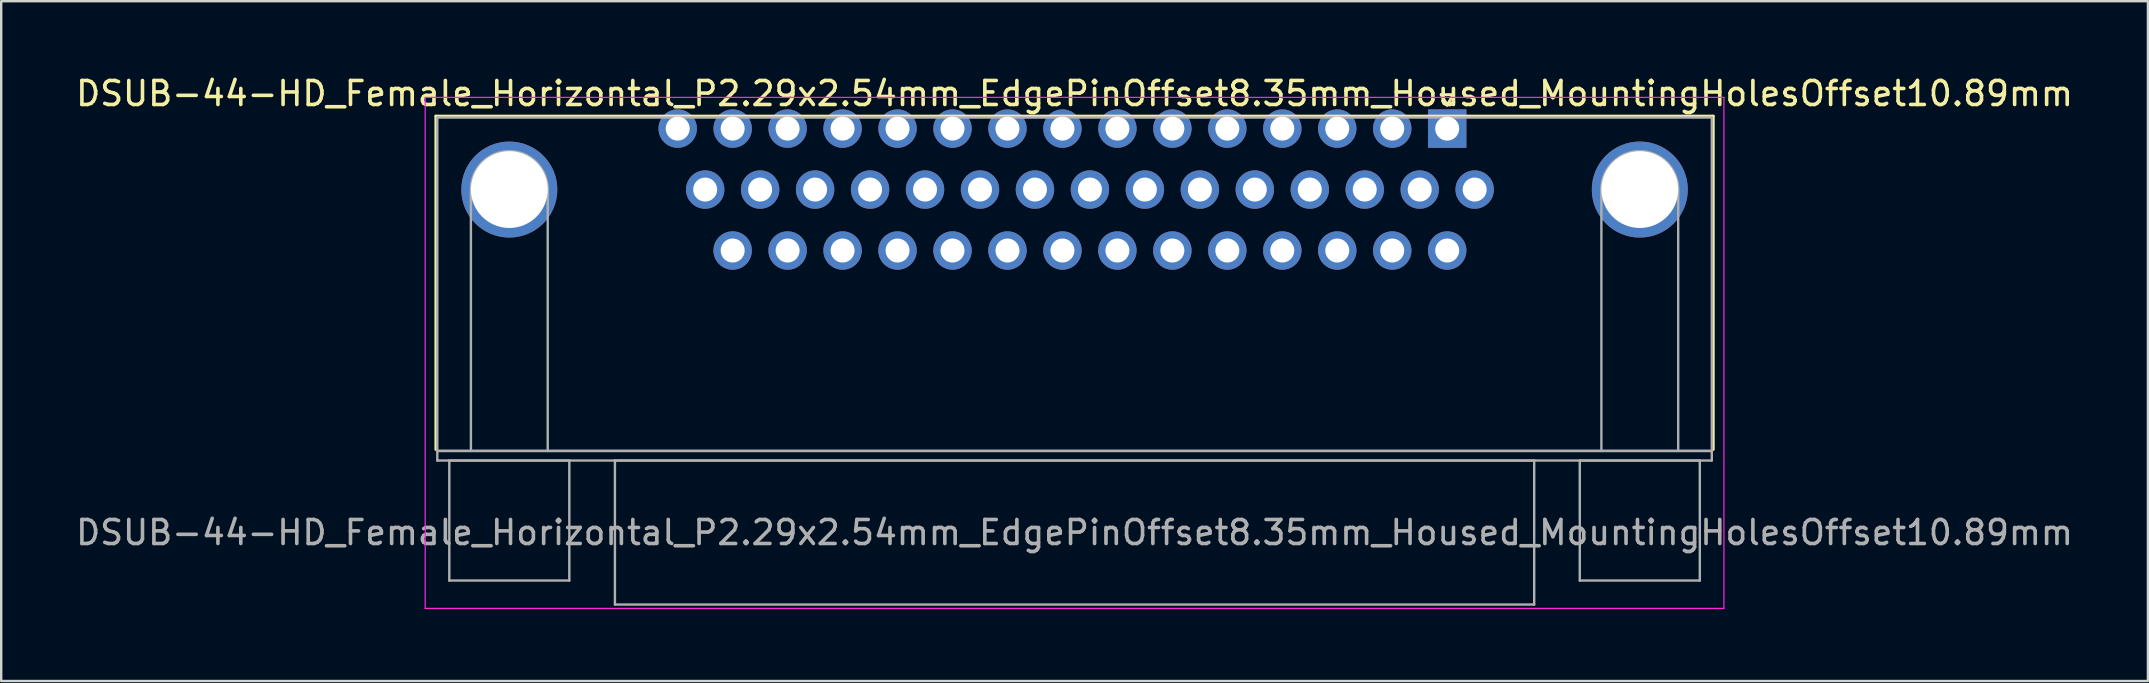
<source format=kicad_pcb>
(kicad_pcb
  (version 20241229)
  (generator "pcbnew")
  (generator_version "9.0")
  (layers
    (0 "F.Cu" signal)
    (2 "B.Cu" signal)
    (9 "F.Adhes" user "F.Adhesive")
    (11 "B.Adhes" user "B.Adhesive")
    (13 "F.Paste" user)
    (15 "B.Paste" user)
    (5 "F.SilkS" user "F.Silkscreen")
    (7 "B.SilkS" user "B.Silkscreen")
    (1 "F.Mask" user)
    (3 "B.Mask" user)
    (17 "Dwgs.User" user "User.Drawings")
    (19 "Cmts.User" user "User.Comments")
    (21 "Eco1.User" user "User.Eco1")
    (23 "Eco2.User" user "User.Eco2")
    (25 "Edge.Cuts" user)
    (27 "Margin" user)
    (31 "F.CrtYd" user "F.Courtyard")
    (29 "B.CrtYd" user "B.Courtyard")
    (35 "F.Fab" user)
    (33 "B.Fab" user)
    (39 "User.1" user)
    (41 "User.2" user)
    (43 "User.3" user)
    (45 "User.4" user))
  (footprint "DSUB-44-HD_Female_Horizontal_P2.29x2.54mm_EdgePinOffset8.35mm_Housed_MountingHolesOffset10.89mm"
    (layer "F.Cu")
    (at 57.245 2.308)
    (property "Reference" "DSUB-44-HD_Female_Horizontal_P2.29x2.54mm_EdgePinOffset8.35mm_Housed_MountingHolesOffset10.89mm" (at -15.525 -1.46 0) (layer "F.SilkS") (effects (font (size 1 1) (thickness 0.15))))
    (attr through_hole)
    (fp_line (start -42.135 -0.52) (end 11.085 -0.52) (stroke (width 0.12) (type solid)) (layer "F.SilkS"))
    (fp_line (start -42.135 13.37) (end -42.135 -0.52) (stroke (width 0.12) (type solid)) (layer "F.SilkS"))
    (fp_line (start -0.25 -1.414) (end 0.25 -1.414) (stroke (width 0.12) (type solid)) (layer "F.SilkS"))
    (fp_line (start 0 -0.981) (end -0.25 -1.414) (stroke (width 0.12) (type solid)) (layer "F.SilkS"))
    (fp_line (start 0.25 -1.414) (end 0 -0.981) (stroke (width 0.12) (type solid)) (layer "F.SilkS"))
    (fp_line (start 11.085 -0.52) (end 11.085 13.37) (stroke (width 0.12) (type solid)) (layer "F.SilkS"))
    (fp_line (start -42.58 -1.3) (end -42.58 19.99) (stroke (width 0.05) (type solid)) (layer "F.CrtYd"))
    (fp_line (start -42.58 19.99) (end 11.53 19.99) (stroke (width 0.05) (type solid)) (layer "F.CrtYd"))
    (fp_line (start 11.53 -1.3) (end -42.58 -1.3) (stroke (width 0.05) (type solid)) (layer "F.CrtYd"))
    (fp_line (start 11.53 19.99) (end 11.53 -1.3) (stroke (width 0.05) (type solid)) (layer "F.CrtYd"))
    (fp_line (start -42.075 -0.46) (end -42.075 13.43) (stroke (width 0.1) (type solid)) (layer "F.Fab"))
    (fp_line (start -42.075 13.43) (end -42.075 13.83) (stroke (width 0.1) (type solid)) (layer "F.Fab"))
    (fp_line (start -42.075 13.43) (end 11.025 13.43) (stroke (width 0.1) (type solid)) (layer "F.Fab"))
    (fp_line (start -42.075 13.83) (end 11.025 13.83) (stroke (width 0.1) (type solid)) (layer "F.Fab"))
    (fp_line (start -41.575 13.83) (end -41.575 18.83) (stroke (width 0.1) (type solid)) (layer "F.Fab"))
    (fp_line (start -41.575 18.83) (end -36.575 18.83) (stroke (width 0.1) (type solid)) (layer "F.Fab"))
    (fp_line (start -40.675 13.43) (end -40.675 2.54) (stroke (width 0.1) (type solid)) (layer "F.Fab"))
    (fp_line (start -37.475 13.43) (end -37.475 2.54) (stroke (width 0.1) (type solid)) (layer "F.Fab"))
    (fp_line (start -36.575 13.83) (end -41.575 13.83) (stroke (width 0.1) (type solid)) (layer "F.Fab"))
    (fp_line (start -36.575 18.83) (end -36.575 13.83) (stroke (width 0.1) (type solid)) (layer "F.Fab"))
    (fp_line (start -34.675 13.83) (end -34.675 19.83) (stroke (width 0.1) (type solid)) (layer "F.Fab"))
    (fp_line (start -34.675 19.83) (end 3.625 19.83) (stroke (width 0.1) (type solid)) (layer "F.Fab"))
    (fp_line (start 3.625 13.83) (end -34.675 13.83) (stroke (width 0.1) (type solid)) (layer "F.Fab"))
    (fp_line (start 3.625 19.83) (end 3.625 13.83) (stroke (width 0.1) (type solid)) (layer "F.Fab"))
    (fp_line (start 5.525 13.83) (end 5.525 18.83) (stroke (width 0.1) (type solid)) (layer "F.Fab"))
    (fp_line (start 5.525 18.83) (end 10.525 18.83) (stroke (width 0.1) (type solid)) (layer "F.Fab"))
    (fp_line (start 6.425 13.43) (end 6.425 2.54) (stroke (width 0.1) (type solid)) (layer "F.Fab"))
    (fp_line (start 9.625 13.43) (end 9.625 2.54) (stroke (width 0.1) (type solid)) (layer "F.Fab"))
    (fp_line (start 10.525 13.83) (end 5.525 13.83) (stroke (width 0.1) (type solid)) (layer "F.Fab"))
    (fp_line (start 10.525 18.83) (end 10.525 13.83) (stroke (width 0.1) (type solid)) (layer "F.Fab"))
    (fp_line (start 11.025 -0.46) (end -42.075 -0.46) (stroke (width 0.1) (type solid)) (layer "F.Fab"))
    (fp_line (start 11.025 13.43) (end -42.075 13.43) (stroke (width 0.1) (type solid)) (layer "F.Fab"))
    (fp_line (start 11.025 13.43) (end 11.025 -0.46) (stroke (width 0.1) (type solid)) (layer "F.Fab"))
    (fp_line (start 11.025 13.83) (end 11.025 13.43) (stroke (width 0.1) (type solid)) (layer "F.Fab"))
    (fp_arc (start -40.675 2.54) (mid -39.075 0.94) (end -37.475 2.54) (stroke (width 0.1) (type solid)) (layer "F.Fab"))
    (fp_arc (start 6.425 2.54) (mid 8.025 0.94) (end 9.625 2.54) (stroke (width 0.1) (type solid)) (layer "F.Fab"))
    (fp_text user "${REFERENCE}" (at -15.525 16.83 0) (layer "F.Fab") (effects (font (size 1 1) (thickness 0.15))))
    (pad "0" thru_hole circle (at -39.075 2.54) (size 4 4) (drill 3.2) (layers "*.Cu" "*.Mask"))
    (pad "0" thru_hole circle (at 8.025 2.54) (size 4 4) (drill 3.2) (layers "*.Cu" "*.Mask"))
    (pad "1" thru_hole rect (at 0 0) (size 1.6 1.6) (drill 1) (layers "*.Cu" "*.Mask"))
    (pad "2" thru_hole circle (at -2.29 0) (size 1.6 1.6) (drill 1) (layers "*.Cu" "*.Mask"))
    (pad "3" thru_hole circle (at -4.58 0) (size 1.6 1.6) (drill 1) (layers "*.Cu" "*.Mask"))
    (pad "4" thru_hole circle (at -6.87 0) (size 1.6 1.6) (drill 1) (layers "*.Cu" "*.Mask"))
    (pad "5" thru_hole circle (at -9.16 0) (size 1.6 1.6) (drill 1) (layers "*.Cu" "*.Mask"))
    (pad "6" thru_hole circle (at -11.45 0) (size 1.6 1.6) (drill 1) (layers "*.Cu" "*.Mask"))
    (pad "7" thru_hole circle (at -13.74 0) (size 1.6 1.6) (drill 1) (layers "*.Cu" "*.Mask"))
    (pad "8" thru_hole circle (at -16.03 0) (size 1.6 1.6) (drill 1) (layers "*.Cu" "*.Mask"))
    (pad "9" thru_hole circle (at -18.32 0) (size 1.6 1.6) (drill 1) (layers "*.Cu" "*.Mask"))
    (pad "10" thru_hole circle (at -20.61 0) (size 1.6 1.6) (drill 1) (layers "*.Cu" "*.Mask"))
    (pad "11" thru_hole circle (at -22.9 0) (size 1.6 1.6) (drill 1) (layers "*.Cu" "*.Mask"))
    (pad "12" thru_hole circle (at -25.19 0) (size 1.6 1.6) (drill 1) (layers "*.Cu" "*.Mask"))
    (pad "13" thru_hole circle (at -27.48 0) (size 1.6 1.6) (drill 1) (layers "*.Cu" "*.Mask"))
    (pad "14" thru_hole circle (at -29.77 0) (size 1.6 1.6) (drill 1) (layers "*.Cu" "*.Mask"))
    (pad "15" thru_hole circle (at -32.06 0) (size 1.6 1.6) (drill 1) (layers "*.Cu" "*.Mask"))
    (pad "16" thru_hole circle (at 1.145 2.54) (size 1.6 1.6) (drill 1) (layers "*.Cu" "*.Mask"))
    (pad "17" thru_hole circle (at -1.145 2.54) (size 1.6 1.6) (drill 1) (layers "*.Cu" "*.Mask"))
    (pad "18" thru_hole circle (at -3.435 2.54) (size 1.6 1.6) (drill 1) (layers "*.Cu" "*.Mask"))
    (pad "19" thru_hole circle (at -5.725 2.54) (size 1.6 1.6) (drill 1) (layers "*.Cu" "*.Mask"))
    (pad "20" thru_hole circle (at -8.015 2.54) (size 1.6 1.6) (drill 1) (layers "*.Cu" "*.Mask"))
    (pad "21" thru_hole circle (at -10.305 2.54) (size 1.6 1.6) (drill 1) (layers "*.Cu" "*.Mask"))
    (pad "22" thru_hole circle (at -12.595 2.54) (size 1.6 1.6) (drill 1) (layers "*.Cu" "*.Mask"))
    (pad "23" thru_hole circle (at -14.885 2.54) (size 1.6 1.6) (drill 1) (layers "*.Cu" "*.Mask"))
    (pad "24" thru_hole circle (at -17.175 2.54) (size 1.6 1.6) (drill 1) (layers "*.Cu" "*.Mask"))
    (pad "25" thru_hole circle (at -19.465 2.54) (size 1.6 1.6) (drill 1) (layers "*.Cu" "*.Mask"))
    (pad "26" thru_hole circle (at -21.755 2.54) (size 1.6 1.6) (drill 1) (layers "*.Cu" "*.Mask"))
    (pad "27" thru_hole circle (at -24.045 2.54) (size 1.6 1.6) (drill 1) (layers "*.Cu" "*.Mask"))
    (pad "28" thru_hole circle (at -26.335 2.54) (size 1.6 1.6) (drill 1) (layers "*.Cu" "*.Mask"))
    (pad "29" thru_hole circle (at -28.625 2.54) (size 1.6 1.6) (drill 1) (layers "*.Cu" "*.Mask"))
    (pad "30" thru_hole circle (at -30.915 2.54) (size 1.6 1.6) (drill 1) (layers "*.Cu" "*.Mask"))
    (pad "31" thru_hole circle (at 0 5.08) (size 1.6 1.6) (drill 1) (layers "*.Cu" "*.Mask"))
    (pad "32" thru_hole circle (at -2.29 5.08) (size 1.6 1.6) (drill 1) (layers "*.Cu" "*.Mask"))
    (pad "33" thru_hole circle (at -4.58 5.08) (size 1.6 1.6) (drill 1) (layers "*.Cu" "*.Mask"))
    (pad "34" thru_hole circle (at -6.87 5.08) (size 1.6 1.6) (drill 1) (layers "*.Cu" "*.Mask"))
    (pad "35" thru_hole circle (at -9.16 5.08) (size 1.6 1.6) (drill 1) (layers "*.Cu" "*.Mask"))
    (pad "36" thru_hole circle (at -11.45 5.08) (size 1.6 1.6) (drill 1) (layers "*.Cu" "*.Mask"))
    (pad "37" thru_hole circle (at -13.74 5.08) (size 1.6 1.6) (drill 1) (layers "*.Cu" "*.Mask"))
    (pad "38" thru_hole circle (at -16.03 5.08) (size 1.6 1.6) (drill 1) (layers "*.Cu" "*.Mask"))
    (pad "39" thru_hole circle (at -18.32 5.08) (size 1.6 1.6) (drill 1) (layers "*.Cu" "*.Mask"))
    (pad "40" thru_hole circle (at -20.61 5.08) (size 1.6 1.6) (drill 1) (layers "*.Cu" "*.Mask"))
    (pad "41" thru_hole circle (at -22.9 5.08) (size 1.6 1.6) (drill 1) (layers "*.Cu" "*.Mask"))
    (pad "42" thru_hole circle (at -25.19 5.08) (size 1.6 1.6) (drill 1) (layers "*.Cu" "*.Mask"))
    (pad "43" thru_hole circle (at -27.48 5.08) (size 1.6 1.6) (drill 1) (layers "*.Cu" "*.Mask"))
    (pad "44" thru_hole circle (at -29.77 5.08) (size 1.6 1.6) (drill 1) (layers "*.Cu" "*.Mask")))
  (gr_rect
    (start -3 -3)
    (end 86.44 25.323)
    (stroke (width 0.1) (type default))
    (fill no)
    (layer "Edge.Cuts")))
</source>
